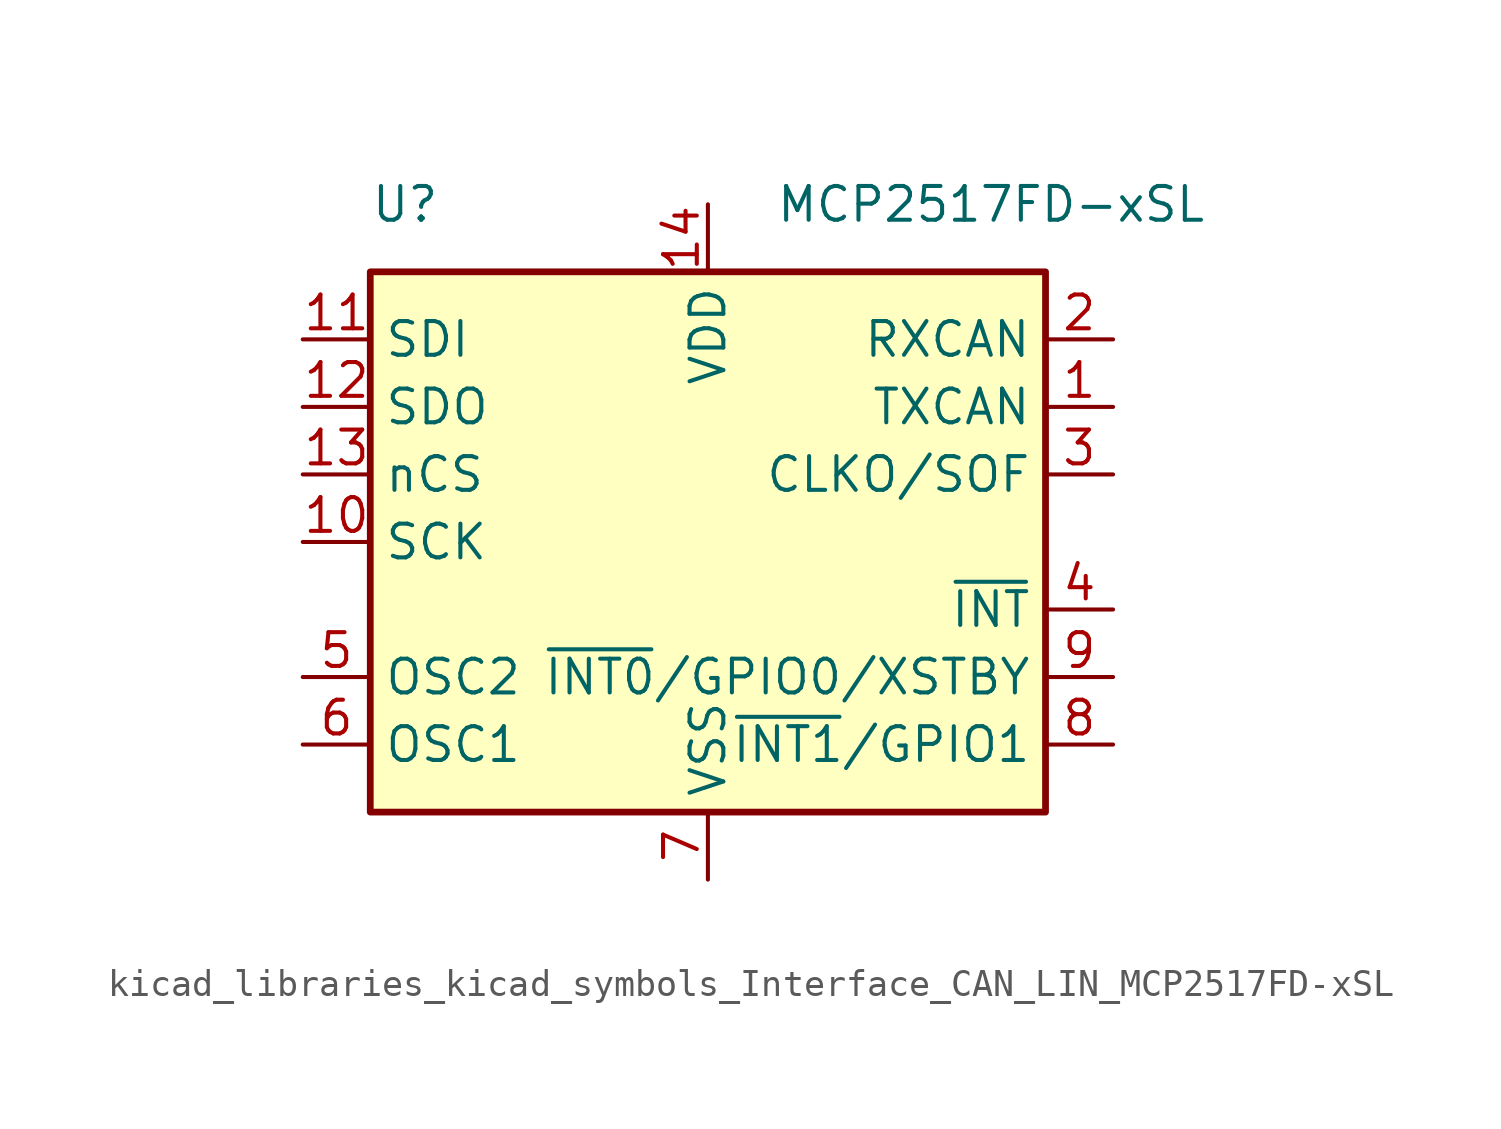
<source format=kicad_sym>
(kicad_symbol_lib
  (version 20220914)
  (generator kicad_symbol_editor)
  (symbol "kicad_libraries_kicad_symbols_Interface_CAN_LIN_MCP2517FD-xSL"
    (property "Reference" "U"
      (at -12.7 12.7 0)
      (effects (font (size 1.27 1.27)) (justify left)))
    (property "Value" "MCP2517FD-xSL"
      (at 2.54 12.7 0)
      (effects (font (size 1.27 1.27)) (justify left)))
    (symbol "kicad_libraries_kicad_symbols_Interface_CAN_LIN_MCP2517FD-xSL_0_1"
      (rectangle (start -12.7 10.16) (end 12.7 -10.16) (stroke (width 0.254) (type default)) (fill (type background))))
    (symbol "kicad_libraries_kicad_symbols_Interface_CAN_LIN_MCP2517FD-xSL_1_1"
      (pin output line (at 15.24 5.08 180) (length 2.54) (name "TXCAN" (effects (font (size 1.27 1.27)))) (number "1" (effects (font (size 1.27 1.27)))))
      (pin input line (at -15.24 0 0) (length 2.54) (name "SCK" (effects (font (size 1.27 1.27)))) (number "10" (effects (font (size 1.27 1.27)))))
      (pin input line (at -15.24 7.62 0) (length 2.54) (name "SDI" (effects (font (size 1.27 1.27)))) (number "11" (effects (font (size 1.27 1.27)))))
      (pin output line (at -15.24 5.08 0) (length 2.54) (name "SDO" (effects (font (size 1.27 1.27)))) (number "12" (effects (font (size 1.27 1.27)))))
      (pin input line (at -15.24 2.54 0) (length 2.54) (name "nCS" (effects (font (size 1.27 1.27)))) (number "13" (effects (font (size 1.27 1.27)))))
      (pin power_in line (at 0 12.7 270) (length 2.54) (name "VDD" (effects (font (size 1.27 1.27)))) (number "14" (effects (font (size 1.27 1.27)))))
      (pin input line (at 15.24 7.62 180) (length 2.54) (name "RXCAN" (effects (font (size 1.27 1.27)))) (number "2" (effects (font (size 1.27 1.27)))))
      (pin output line (at 15.24 2.54 180) (length 2.54) (name "CLKO/SOF" (effects (font (size 1.27 1.27)))) (number "3" (effects (font (size 1.27 1.27)))))
      (pin output line (at 15.24 -2.54 180) (length 2.54) (name "~{INT}" (effects (font (size 1.27 1.27)))) (number "4" (effects (font (size 1.27 1.27)))))
      (pin output line (at -15.24 -5.08 0) (length 2.54) (name "OSC2" (effects (font (size 1.27 1.27)))) (number "5" (effects (font (size 1.27 1.27)))))
      (pin input line (at -15.24 -7.62 0) (length 2.54) (name "OSC1" (effects (font (size 1.27 1.27)))) (number "6" (effects (font (size 1.27 1.27)))))
      (pin power_in line (at 0 -12.7 90) (length 2.54) (name "VSS" (effects (font (size 1.27 1.27)))) (number "7" (effects (font (size 1.27 1.27)))))
      (pin bidirectional line (at 15.24 -7.62 180) (length 2.54) (name "~{INT1}/GPIO1" (effects (font (size 1.27 1.27)))) (number "8" (effects (font (size 1.27 1.27)))))
      (pin bidirectional line (at 15.24 -5.08 180) (length 2.54) (name "~{INT0}/GPIO0/XSTBY" (effects (font (size 1.27 1.27)))) (number "9" (effects (font (size 1.27 1.27))))))))
</source>
